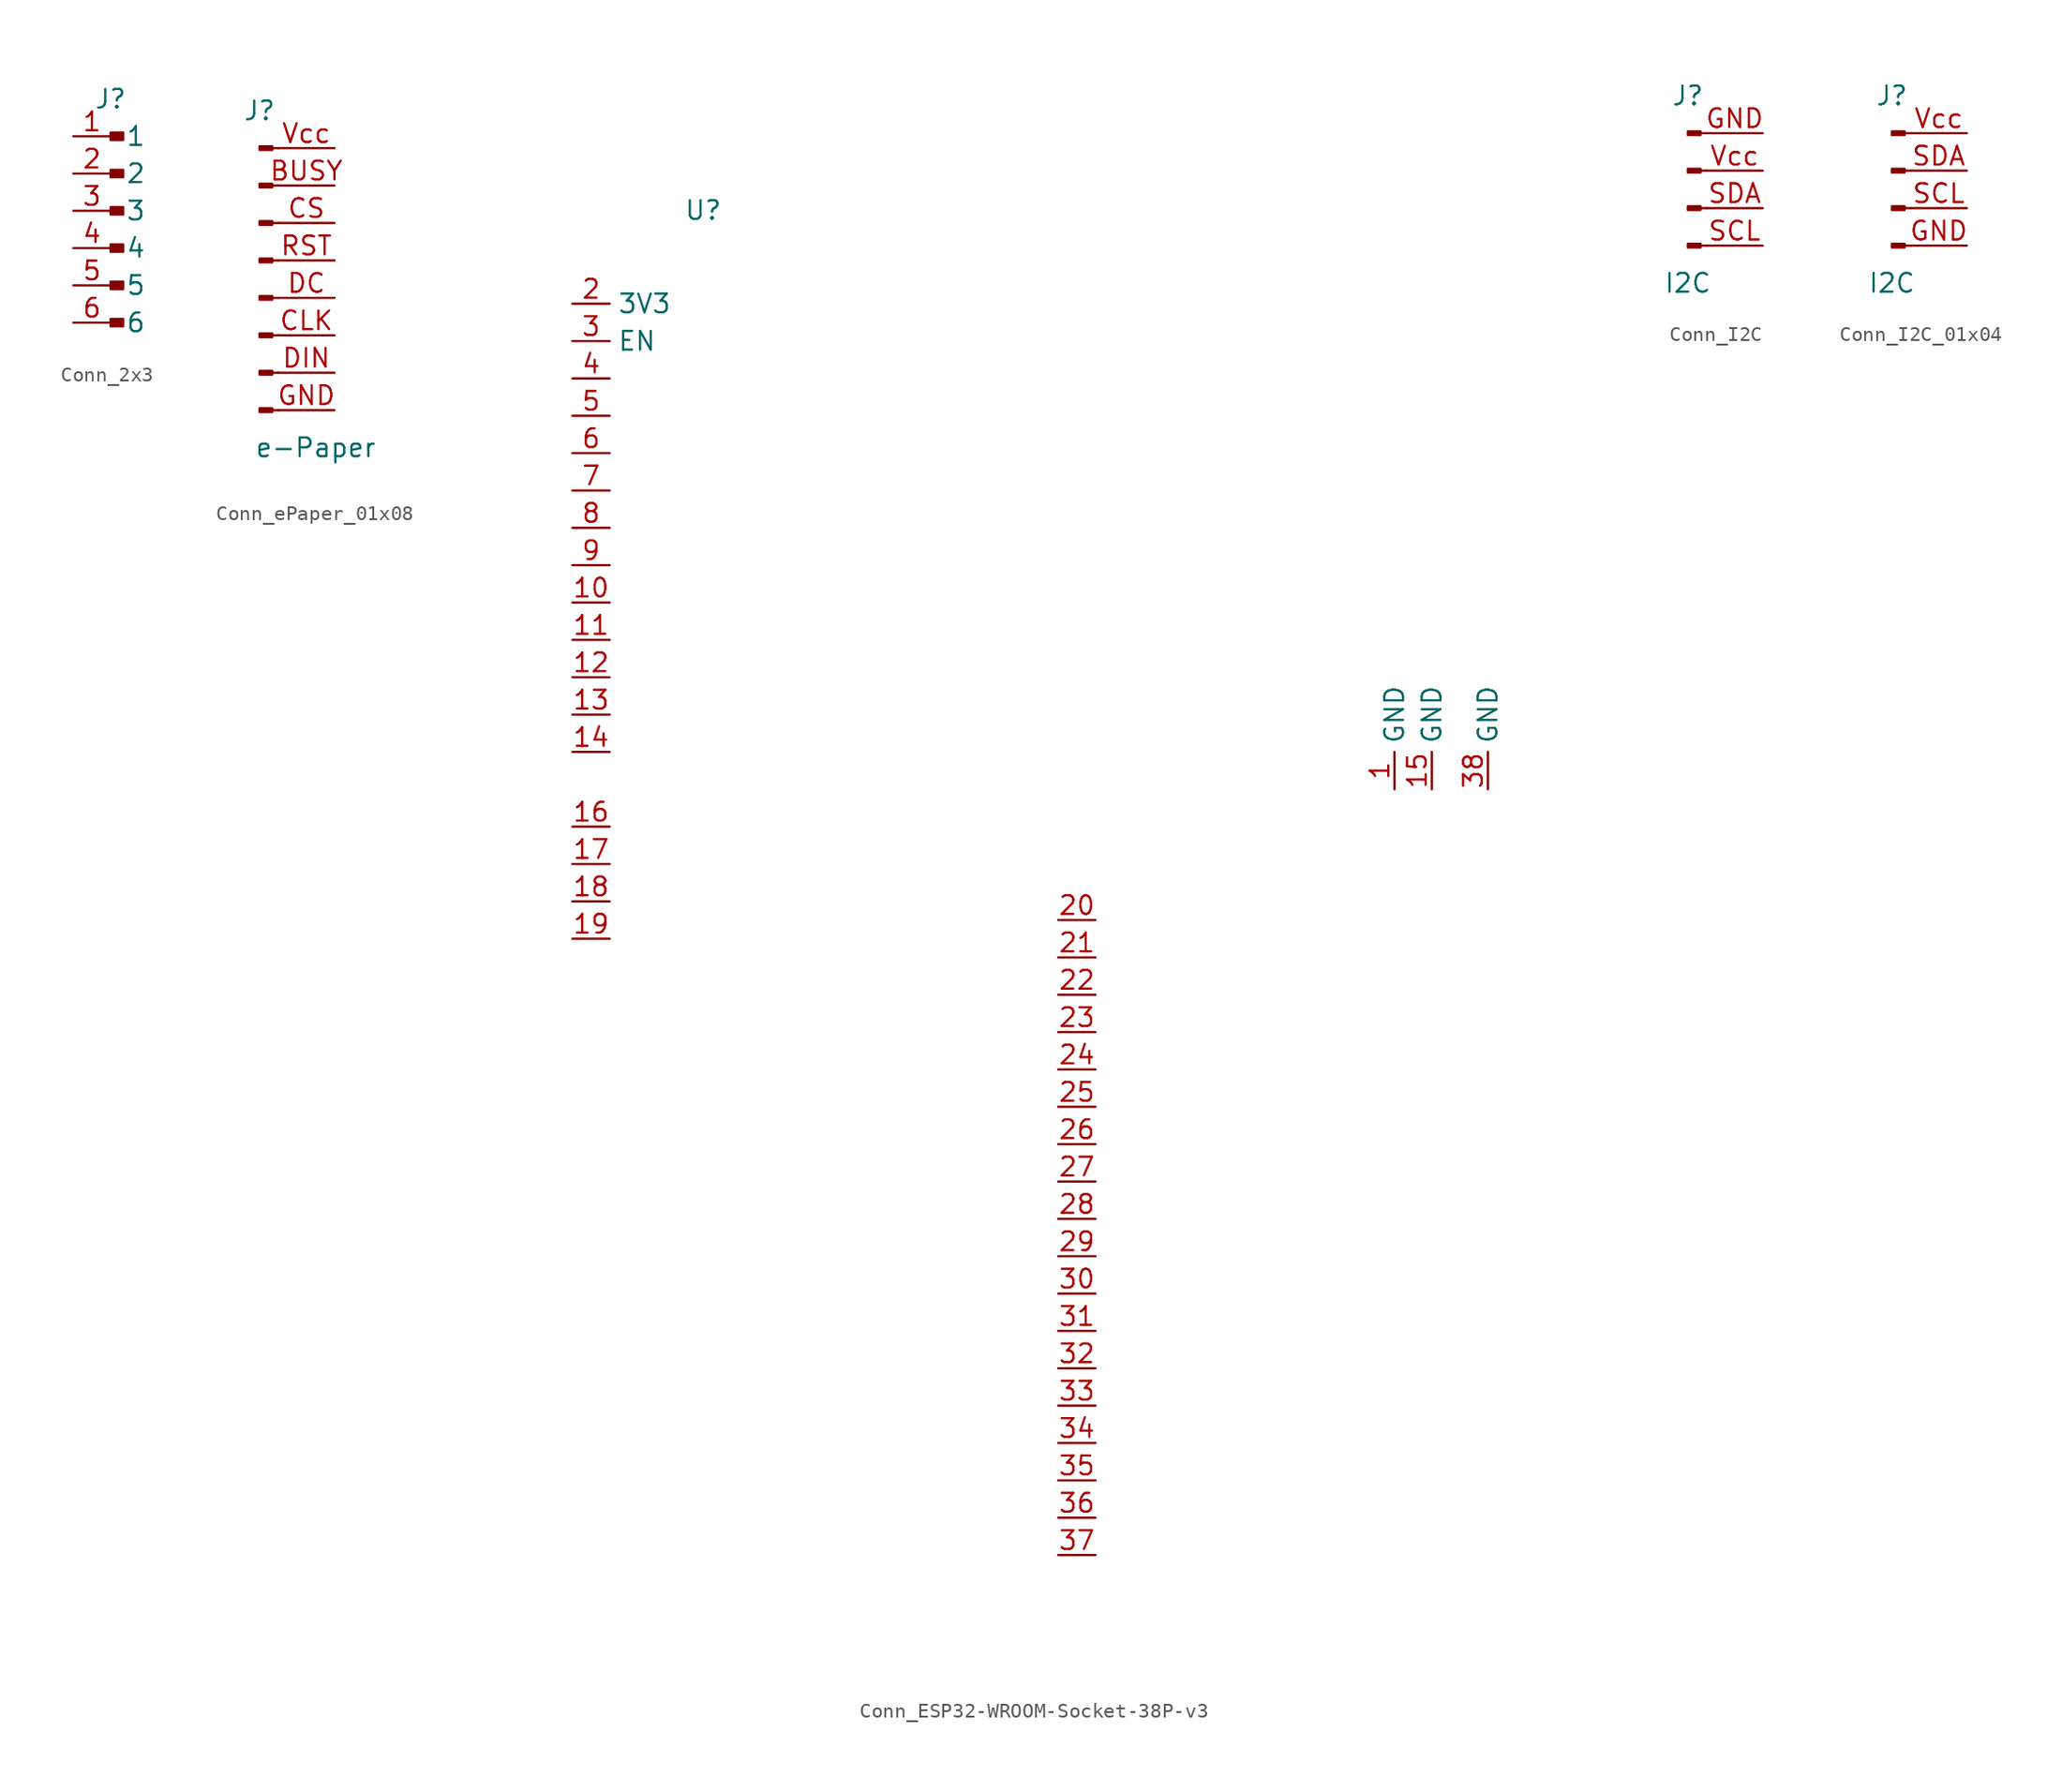
<source format=kicad_sym>
(kicad_symbol_lib
  (version 20231120)
  (generator "kicad_symbol_editor")
  (generator_version "8.0")
  (symbol "Conn_2x3"
    (pin_names
      (offset 1.016))
    (property "Reference" "J"
      (at 0 0 0)
      (effects (font (size 1.27 1.27))))
    (property "Value" ""
      (at 0 0 0)
      (effects (font (size 1.27 1.27))))
    (symbol "Conn_2x3_1_1"
      (rectangle (start 0 -14.986) (end 0.864 -15.494) (stroke (width 0.152) (type default)) (fill (type outline)))
      (rectangle (start 0 -12.446) (end 0.864 -12.954) (stroke (width 0.152) (type default)) (fill (type outline)))
      (rectangle (start 0 -9.906) (end 0.864 -10.414) (stroke (width 0.152) (type default)) (fill (type outline)))
      (rectangle (start 0 -7.366) (end 0.864 -7.874) (stroke (width 0.152) (type default)) (fill (type outline)))
      (rectangle (start 0 -4.826) (end 0.864 -5.334) (stroke (width 0.152) (type default)) (fill (type outline)))
      (rectangle (start 0 -2.286) (end 0.864 -2.794) (stroke (width 0.152) (type default)) (fill (type outline)))
      (pin bidirectional line (at -2.54 -2.54 0) (length 2.54) (name "1" (effects (font (size 1.27 1.27)))) (number "1" (effects (font (size 1.27 1.27)))))
      (pin bidirectional line (at -2.54 -5.08 0) (length 2.54) (name "2" (effects (font (size 1.27 1.27)))) (number "2" (effects (font (size 1.27 1.27)))))
      (pin bidirectional line (at -2.54 -7.62 0) (length 2.54) (name "3" (effects (font (size 1.27 1.27)))) (number "3" (effects (font (size 1.27 1.27)))))
      (pin bidirectional line (at -2.54 -10.16 0) (length 2.54) (name "4" (effects (font (size 1.27 1.27)))) (number "4" (effects (font (size 1.27 1.27)))))
      (pin bidirectional line (at -2.54 -12.7 0) (length 2.54) (name "5" (effects (font (size 1.27 1.27)))) (number "5" (effects (font (size 1.27 1.27)))))
      (pin bidirectional line (at -2.54 -15.24 0) (length 2.54) (name "6" (effects (font (size 1.27 1.27)))) (number "6" (effects (font (size 1.27 1.27)))))))
  (symbol "Conn_ePaper_01x08"
    (pin_names
      (offset 1.016) hide)
    (property "Reference" "J"
      (at 0 10.16 0)
      (effects (font (size 1.27 1.27))))
    (property "Value" "e-Paper"
      (at 3.81 -12.7 0)
      (effects (font (size 1.27 1.27))))
    (symbol "Conn_ePaper_01x08_1_1"
      (polyline (pts (xy 1.27 -10.16) (xy 0.864 -10.16)) (stroke (width 0.152) (type default)) (fill (type none)))
      (polyline (pts (xy 1.27 -7.62) (xy 0.864 -7.62)) (stroke (width 0.152) (type default)) (fill (type none)))
      (polyline (pts (xy 1.27 -5.08) (xy 0.864 -5.08)) (stroke (width 0.152) (type default)) (fill (type none)))
      (polyline (pts (xy 1.27 -2.54) (xy 0.864 -2.54)) (stroke (width 0.152) (type default)) (fill (type none)))
      (polyline (pts (xy 1.27 0) (xy 0.864 0)) (stroke (width 0.152) (type default)) (fill (type none)))
      (polyline (pts (xy 1.27 2.54) (xy 0.864 2.54)) (stroke (width 0.152) (type default)) (fill (type none)))
      (polyline (pts (xy 1.27 5.08) (xy 0.864 5.08)) (stroke (width 0.152) (type default)) (fill (type none)))
      (polyline (pts (xy 1.27 7.62) (xy 0.864 7.62)) (stroke (width 0.152) (type default)) (fill (type none)))
      (rectangle (start 0.864 -10.033) (end 0 -10.287) (stroke (width 0.152) (type default)) (fill (type outline)))
      (rectangle (start 0.864 -7.493) (end 0 -7.747) (stroke (width 0.152) (type default)) (fill (type outline)))
      (rectangle (start 0.864 -4.953) (end 0 -5.207) (stroke (width 0.152) (type default)) (fill (type outline)))
      (rectangle (start 0.864 -2.413) (end 0 -2.667) (stroke (width 0.152) (type default)) (fill (type outline)))
      (rectangle (start 0.864 0.127) (end 0 -0.127) (stroke (width 0.152) (type default)) (fill (type outline)))
      (rectangle (start 0.864 2.667) (end 0 2.413) (stroke (width 0.152) (type default)) (fill (type outline)))
      (rectangle (start 0.864 5.207) (end 0 4.953) (stroke (width 0.152) (type default)) (fill (type outline)))
      (rectangle (start 0.864 7.747) (end 0 7.493) (stroke (width 0.152) (type default)) (fill (type outline)))
      (pin bidirectional line (at 5.08 5.08 180) (length 3.81) (name "BUSY" (effects (font (size 1.27 1.27)))) (number "BUSY" (effects (font (size 1.27 1.27)))))
      (pin input line (at 5.08 -5.08 180) (length 3.81) (name "CLK" (effects (font (size 1.27 1.27)))) (number "CLK" (effects (font (size 1.27 1.27)))))
      (pin input line (at 5.08 2.54 180) (length 3.81) (name "CS" (effects (font (size 1.27 1.27)))) (number "CS" (effects (font (size 1.27 1.27)))))
      (pin bidirectional line (at 5.08 -2.54 180) (length 3.81) (name "DC" (effects (font (size 1.27 1.27)))) (number "DC" (effects (font (size 1.27 1.27)))))
      (pin bidirectional line (at 5.08 -7.62 180) (length 3.81) (name "DIN" (effects (font (size 1.27 1.27)))) (number "DIN" (effects (font (size 1.27 1.27)))))
      (pin power_out line (at 5.08 -10.16 180) (length 3.81) (name "GND" (effects (font (size 1.27 1.27)))) (number "GND" (effects (font (size 1.27 1.27)))))
      (pin input line (at 5.08 0 180) (length 3.81) (name "RST" (effects (font (size 1.27 1.27)))) (number "RST" (effects (font (size 1.27 1.27)))))
      (pin power_in line (at 5.08 7.62 180) (length 3.81) (name "Vcc" (effects (font (size 1.27 1.27)))) (number "Vcc" (effects (font (size 1.27 1.27)))))))
  (symbol "Conn_ESP32-WROOM-Socket-38P-v3"
    (property "Reference" "U"
      (at 0 0 0)
      (effects (font (size 1.27 1.27))))
    (property "Value" ""
      (at 0 0 0)
      (effects (font (size 1.27 1.27))))
    (symbol "Conn_ESP32-WROOM-Socket-38P-v3_1_0"
      (pin bidirectional line (at -8.89 -29.21 0) (length 2.54) (name "" (effects (font (size 1.27 1.27)))) (number "11" (effects (font (size 1.27 1.27)))))
      (pin bidirectional line (at -8.89 -31.75 0) (length 2.54) (name "" (effects (font (size 1.27 1.27)))) (number "12" (effects (font (size 1.27 1.27)))))
      (pin bidirectional line (at -8.89 -34.29 0) (length 2.54) (name "" (effects (font (size 1.27 1.27)))) (number "13" (effects (font (size 1.27 1.27)))))
      (pin bidirectional line (at -8.89 -36.83 0) (length 2.54) (name "" (effects (font (size 1.27 1.27)))) (number "14" (effects (font (size 1.27 1.27)))))
      (pin power_out line (at 49.53 -39.37 90) (length 2.54) (name "GND" (effects (font (size 1.27 1.27)))) (number "15" (effects (font (size 1.27 1.27)))))
      (pin bidirectional line (at -8.89 -41.91 0) (length 2.54) (name "" (effects (font (size 1.27 1.27)))) (number "16" (effects (font (size 1.27 1.27)))))
      (pin bidirectional line (at -8.89 -44.45 0) (length 2.54) (name "" (effects (font (size 1.27 1.27)))) (number "17" (effects (font (size 1.27 1.27)))))
      (pin bidirectional line (at -8.89 -46.99 0) (length 2.54) (name "" (effects (font (size 1.27 1.27)))) (number "18" (effects (font (size 1.27 1.27)))))
      (pin bidirectional line (at -8.89 -49.53 0) (length 2.54) (name "" (effects (font (size 1.27 1.27)))) (number "19" (effects (font (size 1.27 1.27)))))
      (pin bidirectional line (at 26.67 -48.26 180) (length 2.54) (name "" (effects (font (size 1.27 1.27)))) (number "20" (effects (font (size 1.27 1.27)))))
      (pin bidirectional line (at 26.67 -50.8 180) (length 2.54) (name "" (effects (font (size 1.27 1.27)))) (number "21" (effects (font (size 1.27 1.27)))))
      (pin bidirectional line (at 26.67 -53.34 180) (length 2.54) (name "" (effects (font (size 1.27 1.27)))) (number "22" (effects (font (size 1.27 1.27)))))
      (pin bidirectional line (at 26.67 -55.88 180) (length 2.54) (name "" (effects (font (size 1.27 1.27)))) (number "23" (effects (font (size 1.27 1.27)))))
      (pin bidirectional line (at 26.67 -58.42 180) (length 2.54) (name "" (effects (font (size 1.27 1.27)))) (number "24" (effects (font (size 1.27 1.27)))))
      (pin bidirectional line (at 26.67 -60.96 180) (length 2.54) (name "" (effects (font (size 1.27 1.27)))) (number "25" (effects (font (size 1.27 1.27)))))
      (pin bidirectional line (at 26.67 -63.5 180) (length 2.54) (name "" (effects (font (size 1.27 1.27)))) (number "26" (effects (font (size 1.27 1.27)))))
      (pin bidirectional line (at 26.67 -66.04 180) (length 2.54) (name "" (effects (font (size 1.27 1.27)))) (number "27" (effects (font (size 1.27 1.27)))))
      (pin bidirectional line (at 26.67 -68.58 180) (length 2.54) (name "" (effects (font (size 1.27 1.27)))) (number "28" (effects (font (size 1.27 1.27)))))
      (pin bidirectional line (at 26.67 -71.12 180) (length 2.54) (name "" (effects (font (size 1.27 1.27)))) (number "29" (effects (font (size 1.27 1.27)))))
      (pin bidirectional line (at 26.67 -73.66 180) (length 2.54) (name "" (effects (font (size 1.27 1.27)))) (number "30" (effects (font (size 1.27 1.27)))))
      (pin bidirectional line (at 26.67 -76.2 180) (length 2.54) (name "" (effects (font (size 1.27 1.27)))) (number "31" (effects (font (size 1.27 1.27)))))
      (pin bidirectional line (at 26.67 -78.74 180) (length 2.54) (name "" (effects (font (size 1.27 1.27)))) (number "32" (effects (font (size 1.27 1.27)))))
      (pin bidirectional line (at 26.67 -81.28 180) (length 2.54) (name "" (effects (font (size 1.27 1.27)))) (number "33" (effects (font (size 1.27 1.27)))))
      (pin bidirectional line (at 26.67 -83.82 180) (length 2.54) (name "" (effects (font (size 1.27 1.27)))) (number "34" (effects (font (size 1.27 1.27)))))
      (pin bidirectional line (at 26.67 -86.36 180) (length 2.54) (name "" (effects (font (size 1.27 1.27)))) (number "35" (effects (font (size 1.27 1.27)))))
      (pin bidirectional line (at 26.67 -88.9 180) (length 2.54) (name "" (effects (font (size 1.27 1.27)))) (number "36" (effects (font (size 1.27 1.27)))))
      (pin bidirectional line (at 26.67 -91.44 180) (length 2.54) (name "" (effects (font (size 1.27 1.27)))) (number "37" (effects (font (size 1.27 1.27)))))
      (pin power_out line (at 53.34 -39.37 90) (length 2.54) (name "GND" (effects (font (size 1.27 1.27)))) (number "38" (effects (font (size 1.27 1.27))))))
    (symbol "Conn_ESP32-WROOM-Socket-38P-v3_1_1"
      (pin power_out line (at 46.99 -39.37 90) (length 2.54) (name "GND" (effects (font (size 1.27 1.27)))) (number "1" (effects (font (size 1.27 1.27)))))
      (pin bidirectional line (at -8.89 -26.67 0) (length 2.54) (name "" (effects (font (size 1.27 1.27)))) (number "10" (effects (font (size 1.27 1.27)))))
      (pin power_in line (at -8.89 -6.35 0) (length 2.54) (name "3V3" (effects (font (size 1.27 1.27)))) (number "2" (effects (font (size 1.27 1.27)))))
      (pin bidirectional line (at -8.89 -8.89 0) (length 2.54) (name "EN" (effects (font (size 1.27 1.27)))) (number "3" (effects (font (size 1.27 1.27)))))
      (pin bidirectional line (at -8.89 -11.43 0) (length 2.54) (name "" (effects (font (size 1.27 1.27)))) (number "4" (effects (font (size 1.27 1.27)))))
      (pin bidirectional line (at -8.89 -13.97 0) (length 2.54) (name "" (effects (font (size 1.27 1.27)))) (number "5" (effects (font (size 1.27 1.27)))))
      (pin bidirectional line (at -8.89 -16.51 0) (length 2.54) (name "" (effects (font (size 1.27 1.27)))) (number "6" (effects (font (size 1.27 1.27)))))
      (pin bidirectional line (at -8.89 -19.05 0) (length 2.54) (name "" (effects (font (size 1.27 1.27)))) (number "7" (effects (font (size 1.27 1.27)))))
      (pin bidirectional line (at -8.89 -21.59 0) (length 2.54) (name "" (effects (font (size 1.27 1.27)))) (number "8" (effects (font (size 1.27 1.27)))))
      (pin bidirectional line (at -8.89 -24.13 0) (length 2.54) (name "" (effects (font (size 1.27 1.27)))) (number "9" (effects (font (size 1.27 1.27)))))))
  (symbol "Conn_I2C"
    (pin_names
      (offset 1.016) hide)
    (property "Reference" "J"
      (at 0 5.08 0)
      (effects (font (size 1.27 1.27))))
    (property "Value" "I2C"
      (at 0 -7.62 0)
      (effects (font (size 1.27 1.27))))
    (symbol "Conn_I2C_1_1"
      (polyline (pts (xy 1.27 -5.08) (xy 0.864 -5.08)) (stroke (width 0.152) (type default)) (fill (type none)))
      (polyline (pts (xy 1.27 -2.54) (xy 0.864 -2.54)) (stroke (width 0.152) (type default)) (fill (type none)))
      (polyline (pts (xy 1.27 0) (xy 0.864 0)) (stroke (width 0.152) (type default)) (fill (type none)))
      (polyline (pts (xy 1.27 2.54) (xy 0.864 2.54)) (stroke (width 0.152) (type default)) (fill (type none)))
      (rectangle (start 0.864 -4.953) (end 0 -5.207) (stroke (width 0.152) (type default)) (fill (type outline)))
      (rectangle (start 0.864 -2.413) (end 0 -2.667) (stroke (width 0.152) (type default)) (fill (type outline)))
      (rectangle (start 0.864 0.127) (end 0 -0.127) (stroke (width 0.152) (type default)) (fill (type outline)))
      (rectangle (start 0.864 2.667) (end 0 2.413) (stroke (width 0.152) (type default)) (fill (type outline)))
      (pin power_out line (at 5.08 2.54 180) (length 3.81) (name "GND" (effects (font (size 1.27 1.27)))) (number "GND" (effects (font (size 1.27 1.27)))))
      (pin bidirectional line (at 5.08 -5.08 180) (length 3.81) (name "SCL" (effects (font (size 1.27 1.27)))) (number "SCL" (effects (font (size 1.27 1.27)))))
      (pin bidirectional line (at 5.08 -2.54 180) (length 3.81) (name "SDA" (effects (font (size 1.27 1.27)))) (number "SDA" (effects (font (size 1.27 1.27)))))
      (pin power_in line (at 5.08 0 180) (length 3.81) (name "VCC" (effects (font (size 1.27 1.27)))) (number "Vcc" (effects (font (size 1.27 1.27)))))))
  (symbol "Conn_I2C_01x04"
    (pin_names
      (offset 1.016) hide)
    (property "Reference" "J"
      (at 0 5.08 0)
      (effects (font (size 1.27 1.27))))
    (property "Value" "I2C"
      (at 0 -7.62 0)
      (effects (font (size 1.27 1.27))))
    (symbol "Conn_I2C_01x04_1_1"
      (polyline (pts (xy 1.27 -5.08) (xy 0.864 -5.08)) (stroke (width 0.152) (type default)) (fill (type none)))
      (polyline (pts (xy 1.27 -2.54) (xy 0.864 -2.54)) (stroke (width 0.152) (type default)) (fill (type none)))
      (polyline (pts (xy 1.27 0) (xy 0.864 0)) (stroke (width 0.152) (type default)) (fill (type none)))
      (polyline (pts (xy 1.27 2.54) (xy 0.864 2.54)) (stroke (width 0.152) (type default)) (fill (type none)))
      (rectangle (start 0.864 -4.953) (end 0 -5.207) (stroke (width 0.152) (type default)) (fill (type outline)))
      (rectangle (start 0.864 -2.413) (end 0 -2.667) (stroke (width 0.152) (type default)) (fill (type outline)))
      (rectangle (start 0.864 0.127) (end 0 -0.127) (stroke (width 0.152) (type default)) (fill (type outline)))
      (rectangle (start 0.864 2.667) (end 0 2.413) (stroke (width 0.152) (type default)) (fill (type outline)))
      (pin power_out line (at 5.08 -5.08 180) (length 3.81) (name "GND" (effects (font (size 1.27 1.27)))) (number "GND" (effects (font (size 1.27 1.27)))))
      (pin bidirectional line (at 5.08 -2.54 180) (length 3.81) (name "SCL" (effects (font (size 1.27 1.27)))) (number "SCL" (effects (font (size 1.27 1.27)))))
      (pin bidirectional line (at 5.08 0 180) (length 3.81) (name "SDA" (effects (font (size 1.27 1.27)))) (number "SDA" (effects (font (size 1.27 1.27)))))
      (pin power_in line (at 5.08 2.54 180) (length 3.81) (name "VCC" (effects (font (size 1.27 1.27)))) (number "Vcc" (effects (font (size 1.27 1.27))))))))
</source>
